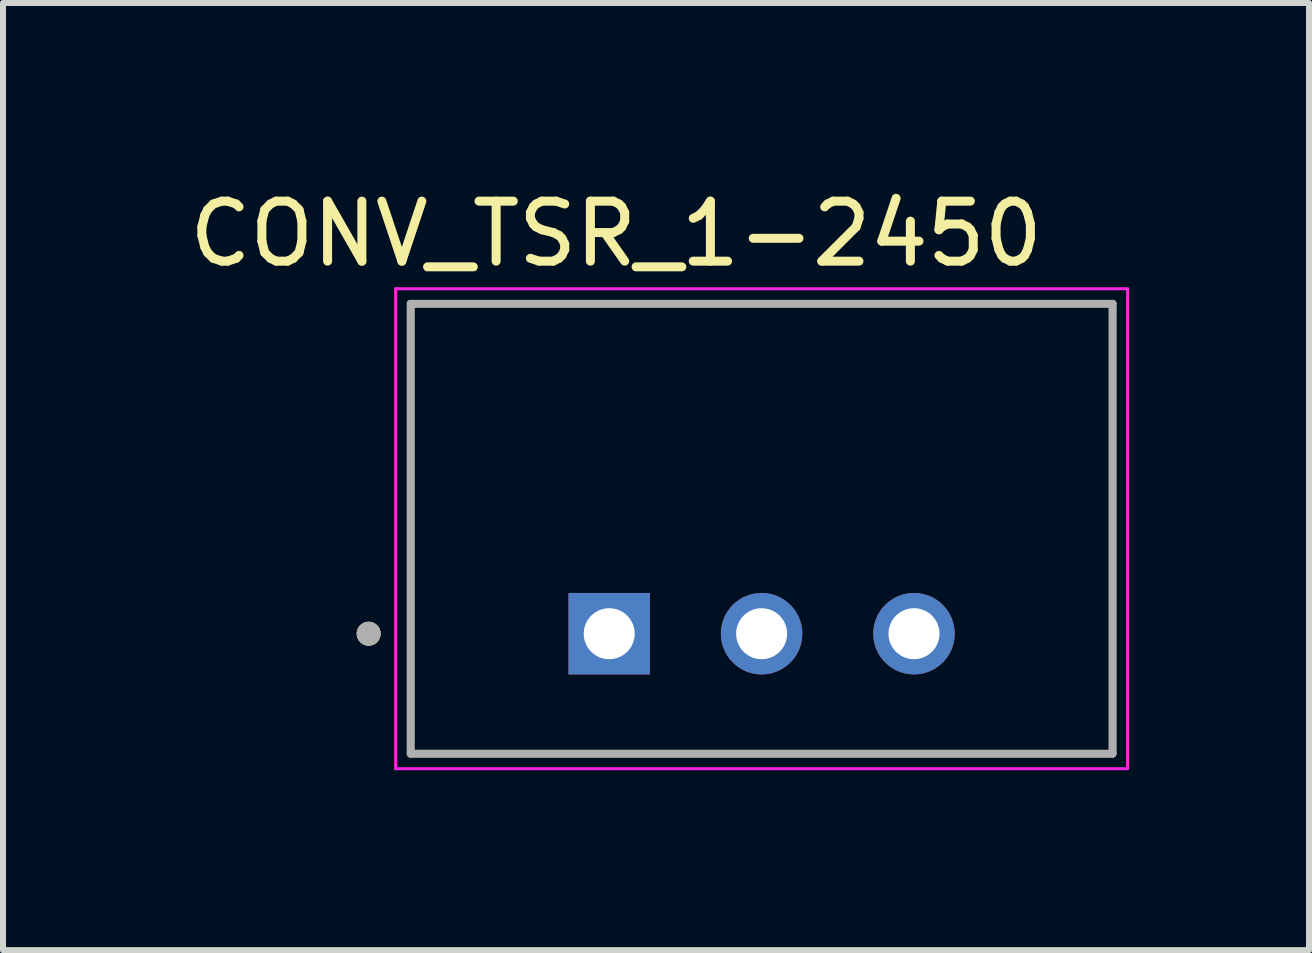
<source format=kicad_pcb>
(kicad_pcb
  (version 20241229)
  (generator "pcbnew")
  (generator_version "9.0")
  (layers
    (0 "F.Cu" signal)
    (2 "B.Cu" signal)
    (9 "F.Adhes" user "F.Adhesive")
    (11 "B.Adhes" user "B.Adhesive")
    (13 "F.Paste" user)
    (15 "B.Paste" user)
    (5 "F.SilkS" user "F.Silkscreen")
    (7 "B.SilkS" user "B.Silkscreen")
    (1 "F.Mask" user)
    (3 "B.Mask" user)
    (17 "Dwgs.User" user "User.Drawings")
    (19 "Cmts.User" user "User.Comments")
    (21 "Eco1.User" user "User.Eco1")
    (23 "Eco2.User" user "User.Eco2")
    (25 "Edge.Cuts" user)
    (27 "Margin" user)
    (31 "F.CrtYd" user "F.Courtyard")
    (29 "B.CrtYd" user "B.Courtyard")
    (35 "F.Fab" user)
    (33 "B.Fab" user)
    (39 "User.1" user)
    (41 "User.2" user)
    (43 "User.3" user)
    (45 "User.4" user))
  (footprint "CONV_TSR_1-2450"
    (layer "F.Cu")
    (at 9.645 5.763)
    (property "Reference" "CONV_TSR_1-2450" (at -2.425 -4.915 0) (layer "F.SilkS") (effects (font (size 1 1) (thickness 0.15))))
    (attr through_hole)
    (fp_line (start -5.85 -3.75) (end 5.85 -3.75) (stroke (width 0.127) (type solid)) (layer "F.SilkS"))
    (fp_line (start -5.85 3.75) (end -5.85 -3.75) (stroke (width 0.127) (type solid)) (layer "F.SilkS"))
    (fp_line (start -5.85 3.75) (end 5.85 3.75) (stroke (width 0.127) (type solid)) (layer "F.SilkS"))
    (fp_line (start 5.85 -3.75) (end 5.85 3.75) (stroke (width 0.127) (type solid)) (layer "F.SilkS"))
    (fp_circle (center -6.55 1.75) (end -6.45 1.75) (stroke (width 0.2) (type solid)) (fill no) (layer "F.SilkS"))
    (fp_line (start -6.1 -4) (end -6.1 4) (stroke (width 0.05) (type solid)) (layer "F.CrtYd"))
    (fp_line (start -6.1 4) (end 6.1 4) (stroke (width 0.05) (type solid)) (layer "F.CrtYd"))
    (fp_line (start 6.1 -4) (end -6.1 -4) (stroke (width 0.05) (type solid)) (layer "F.CrtYd"))
    (fp_line (start 6.1 4) (end 6.1 -4) (stroke (width 0.05) (type solid)) (layer "F.CrtYd"))
    (fp_line (start -5.85 -3.75) (end 5.85 -3.75) (stroke (width 0.127) (type solid)) (layer "F.Fab"))
    (fp_line (start -5.85 3.75) (end -5.85 -3.75) (stroke (width 0.127) (type solid)) (layer "F.Fab"))
    (fp_line (start 5.85 -3.75) (end 5.85 3.75) (stroke (width 0.127) (type solid)) (layer "F.Fab"))
    (fp_line (start 5.85 3.75) (end -5.85 3.75) (stroke (width 0.127) (type solid)) (layer "F.Fab"))
    (fp_circle (center -6.55 1.75) (end -6.45 1.75) (stroke (width 0.2) (type solid)) (fill no) (layer "F.Fab"))
    (pad "1" thru_hole rect (at -2.54 1.75) (size 1.358 1.358) (drill 0.85) (layers "*.Cu" "*.Mask"))
    (pad "2" thru_hole circle (at 0 1.75) (size 1.358 1.358) (drill 0.85) (layers "*.Cu" "*.Mask"))
    (pad "3" thru_hole circle (at 2.54 1.75) (size 1.358 1.358) (drill 0.85) (layers "*.Cu" "*.Mask")))
  (gr_rect
    (start -3 -3)
    (end 18.77 12.788)
    (stroke (width 0.1) (type default))
    (fill no)
    (layer "Edge.Cuts")))
</source>
